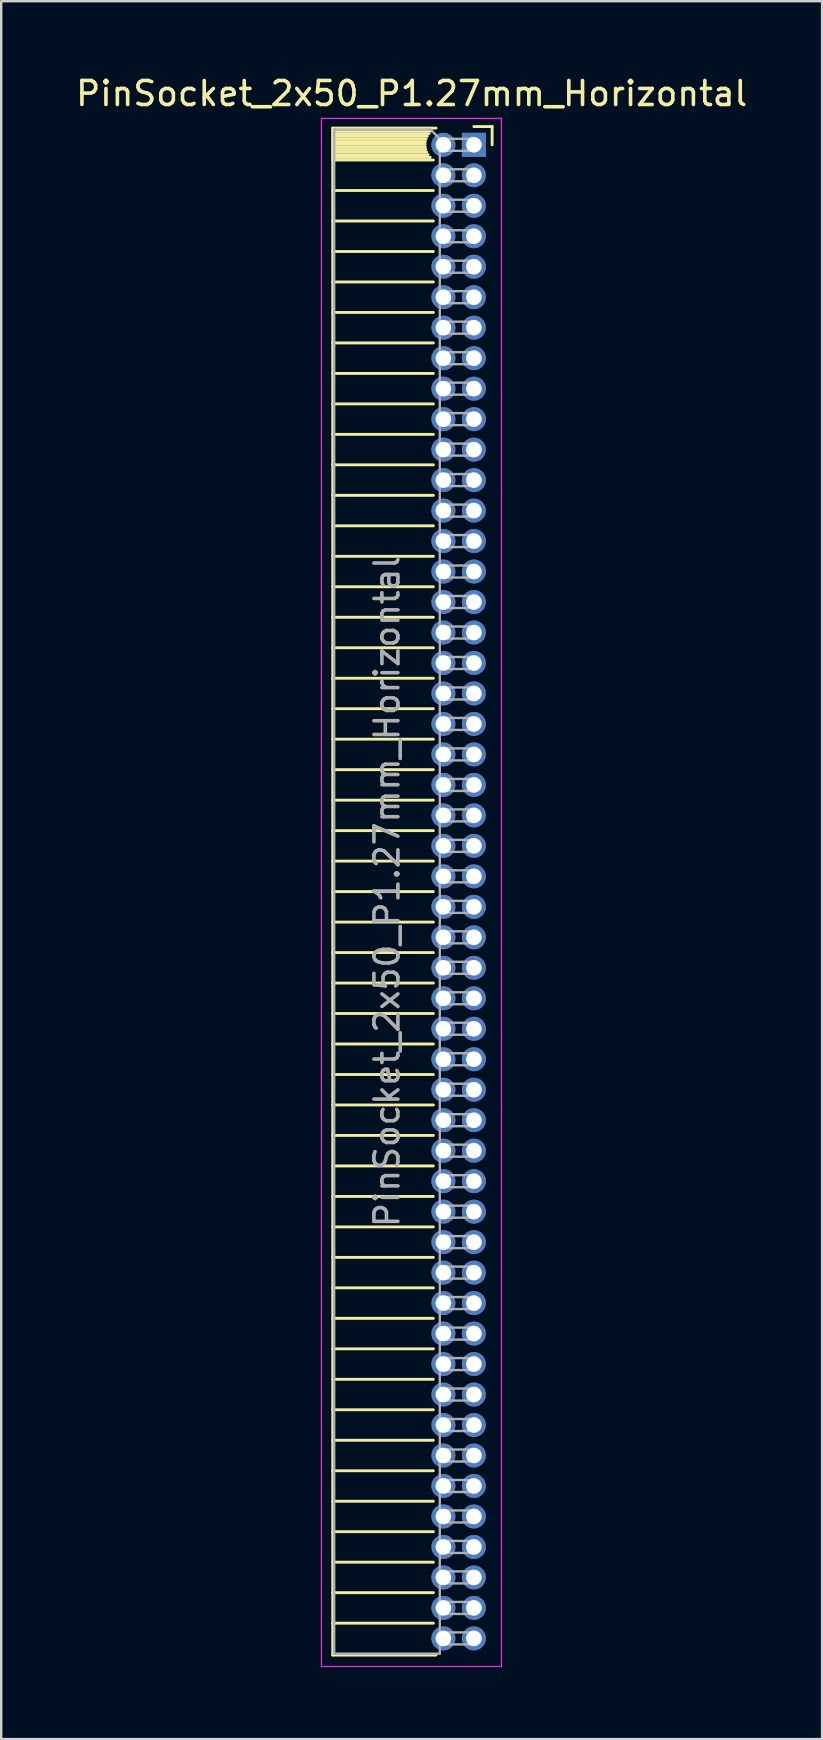
<source format=kicad_pcb>
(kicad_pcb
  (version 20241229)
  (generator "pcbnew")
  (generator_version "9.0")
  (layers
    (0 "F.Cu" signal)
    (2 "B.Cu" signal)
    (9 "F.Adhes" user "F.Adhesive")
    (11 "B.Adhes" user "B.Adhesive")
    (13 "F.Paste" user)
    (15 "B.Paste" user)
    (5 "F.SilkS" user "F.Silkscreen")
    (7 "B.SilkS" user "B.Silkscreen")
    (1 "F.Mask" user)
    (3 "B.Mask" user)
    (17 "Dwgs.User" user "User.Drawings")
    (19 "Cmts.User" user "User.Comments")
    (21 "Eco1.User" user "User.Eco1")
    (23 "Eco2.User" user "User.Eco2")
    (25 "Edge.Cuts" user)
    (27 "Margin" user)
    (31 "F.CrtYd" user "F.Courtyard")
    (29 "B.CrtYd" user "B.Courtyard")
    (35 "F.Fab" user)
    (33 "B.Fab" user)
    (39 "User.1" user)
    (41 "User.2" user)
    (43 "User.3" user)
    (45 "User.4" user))
  (footprint "PinSocket_2x50_P1.27mm_Horizontal"
    (layer "F.Cu")
    (at 16.694 2.983)
    (property "Reference" "PinSocket_2x50_P1.27mm_Horizontal" (at -2.592 -2.135 0) (layer "F.SilkS") (effects (font (size 1 1) (thickness 0.15))))
    (attr through_hole)
    (fp_line (start -5.88 -0.695) (end -5.88 62.925) (stroke (width 0.12) (type solid)) (layer "F.SilkS"))
    (fp_line (start -5.88 -0.695) (end -1.578 -0.695) (stroke (width 0.12) (type solid)) (layer "F.SilkS"))
    (fp_line (start -5.88 -0.575) (end -1.767 -0.575) (stroke (width 0.12) (type solid)) (layer "F.SilkS"))
    (fp_line (start -5.88 -0.465) (end -1.871 -0.465) (stroke (width 0.12) (type solid)) (layer "F.SilkS"))
    (fp_line (start -5.88 -0.355) (end -1.942 -0.355) (stroke (width 0.12) (type solid)) (layer "F.SilkS"))
    (fp_line (start -5.88 -0.245) (end -1.989 -0.245) (stroke (width 0.12) (type solid)) (layer "F.SilkS"))
    (fp_line (start -5.88 -0.135) (end -2.018 -0.135) (stroke (width 0.12) (type solid)) (layer "F.SilkS"))
    (fp_line (start -5.88 -0.025) (end -2.03 -0.025) (stroke (width 0.12) (type solid)) (layer "F.SilkS"))
    (fp_line (start -5.88 0.085) (end -2.025 0.085) (stroke (width 0.12) (type solid)) (layer "F.SilkS"))
    (fp_line (start -5.88 0.195) (end -2.005 0.195) (stroke (width 0.12) (type solid)) (layer "F.SilkS"))
    (fp_line (start -5.88 0.305) (end -1.966 0.305) (stroke (width 0.12) (type solid)) (layer "F.SilkS"))
    (fp_line (start -5.88 0.415) (end -1.907 0.415) (stroke (width 0.12) (type solid)) (layer "F.SilkS"))
    (fp_line (start -5.88 0.525) (end -1.82 0.525) (stroke (width 0.12) (type solid)) (layer "F.SilkS"))
    (fp_line (start -5.88 0.635) (end -1.688 0.635) (stroke (width 0.12) (type solid)) (layer "F.SilkS"))
    (fp_line (start -5.88 1.905) (end -1.688 1.905) (stroke (width 0.12) (type solid)) (layer "F.SilkS"))
    (fp_line (start -5.88 3.175) (end -1.688 3.175) (stroke (width 0.12) (type solid)) (layer "F.SilkS"))
    (fp_line (start -5.88 4.445) (end -1.688 4.445) (stroke (width 0.12) (type solid)) (layer "F.SilkS"))
    (fp_line (start -5.88 5.715) (end -1.688 5.715) (stroke (width 0.12) (type solid)) (layer "F.SilkS"))
    (fp_line (start -5.88 6.985) (end -1.688 6.985) (stroke (width 0.12) (type solid)) (layer "F.SilkS"))
    (fp_line (start -5.88 8.255) (end -1.688 8.255) (stroke (width 0.12) (type solid)) (layer "F.SilkS"))
    (fp_line (start -5.88 9.525) (end -1.688 9.525) (stroke (width 0.12) (type solid)) (layer "F.SilkS"))
    (fp_line (start -5.88 10.795) (end -1.688 10.795) (stroke (width 0.12) (type solid)) (layer "F.SilkS"))
    (fp_line (start -5.88 12.065) (end -1.688 12.065) (stroke (width 0.12) (type solid)) (layer "F.SilkS"))
    (fp_line (start -5.88 13.335) (end -1.688 13.335) (stroke (width 0.12) (type solid)) (layer "F.SilkS"))
    (fp_line (start -5.88 14.605) (end -1.688 14.605) (stroke (width 0.12) (type solid)) (layer "F.SilkS"))
    (fp_line (start -5.88 15.875) (end -1.688 15.875) (stroke (width 0.12) (type solid)) (layer "F.SilkS"))
    (fp_line (start -5.88 17.145) (end -1.688 17.145) (stroke (width 0.12) (type solid)) (layer "F.SilkS"))
    (fp_line (start -5.88 18.415) (end -1.688 18.415) (stroke (width 0.12) (type solid)) (layer "F.SilkS"))
    (fp_line (start -5.88 19.685) (end -1.688 19.685) (stroke (width 0.12) (type solid)) (layer "F.SilkS"))
    (fp_line (start -5.88 20.955) (end -1.688 20.955) (stroke (width 0.12) (type solid)) (layer "F.SilkS"))
    (fp_line (start -5.88 22.225) (end -1.688 22.225) (stroke (width 0.12) (type solid)) (layer "F.SilkS"))
    (fp_line (start -5.88 23.495) (end -1.688 23.495) (stroke (width 0.12) (type solid)) (layer "F.SilkS"))
    (fp_line (start -5.88 24.765) (end -1.688 24.765) (stroke (width 0.12) (type solid)) (layer "F.SilkS"))
    (fp_line (start -5.88 26.035) (end -1.688 26.035) (stroke (width 0.12) (type solid)) (layer "F.SilkS"))
    (fp_line (start -5.88 27.305) (end -1.688 27.305) (stroke (width 0.12) (type solid)) (layer "F.SilkS"))
    (fp_line (start -5.88 28.575) (end -1.688 28.575) (stroke (width 0.12) (type solid)) (layer "F.SilkS"))
    (fp_line (start -5.88 29.845) (end -1.688 29.845) (stroke (width 0.12) (type solid)) (layer "F.SilkS"))
    (fp_line (start -5.88 31.115) (end -1.688 31.115) (stroke (width 0.12) (type solid)) (layer "F.SilkS"))
    (fp_line (start -5.88 32.385) (end -1.688 32.385) (stroke (width 0.12) (type solid)) (layer "F.SilkS"))
    (fp_line (start -5.88 33.655) (end -1.688 33.655) (stroke (width 0.12) (type solid)) (layer "F.SilkS"))
    (fp_line (start -5.88 34.925) (end -1.688 34.925) (stroke (width 0.12) (type solid)) (layer "F.SilkS"))
    (fp_line (start -5.88 36.195) (end -1.688 36.195) (stroke (width 0.12) (type solid)) (layer "F.SilkS"))
    (fp_line (start -5.88 37.465) (end -1.688 37.465) (stroke (width 0.12) (type solid)) (layer "F.SilkS"))
    (fp_line (start -5.88 38.735) (end -1.688 38.735) (stroke (width 0.12) (type solid)) (layer "F.SilkS"))
    (fp_line (start -5.88 40.005) (end -1.688 40.005) (stroke (width 0.12) (type solid)) (layer "F.SilkS"))
    (fp_line (start -5.88 41.275) (end -1.688 41.275) (stroke (width 0.12) (type solid)) (layer "F.SilkS"))
    (fp_line (start -5.88 42.545) (end -1.688 42.545) (stroke (width 0.12) (type solid)) (layer "F.SilkS"))
    (fp_line (start -5.88 43.815) (end -1.688 43.815) (stroke (width 0.12) (type solid)) (layer "F.SilkS"))
    (fp_line (start -5.88 45.085) (end -1.688 45.085) (stroke (width 0.12) (type solid)) (layer "F.SilkS"))
    (fp_line (start -5.88 46.355) (end -1.688 46.355) (stroke (width 0.12) (type solid)) (layer "F.SilkS"))
    (fp_line (start -5.88 47.625) (end -1.688 47.625) (stroke (width 0.12) (type solid)) (layer "F.SilkS"))
    (fp_line (start -5.88 48.895) (end -1.688 48.895) (stroke (width 0.12) (type solid)) (layer "F.SilkS"))
    (fp_line (start -5.88 50.165) (end -1.688 50.165) (stroke (width 0.12) (type solid)) (layer "F.SilkS"))
    (fp_line (start -5.88 51.435) (end -1.688 51.435) (stroke (width 0.12) (type solid)) (layer "F.SilkS"))
    (fp_line (start -5.88 52.705) (end -1.688 52.705) (stroke (width 0.12) (type solid)) (layer "F.SilkS"))
    (fp_line (start -5.88 53.975) (end -1.688 53.975) (stroke (width 0.12) (type solid)) (layer "F.SilkS"))
    (fp_line (start -5.88 55.245) (end -1.688 55.245) (stroke (width 0.12) (type solid)) (layer "F.SilkS"))
    (fp_line (start -5.88 56.515) (end -1.688 56.515) (stroke (width 0.12) (type solid)) (layer "F.SilkS"))
    (fp_line (start -5.88 57.785) (end -1.688 57.785) (stroke (width 0.12) (type solid)) (layer "F.SilkS"))
    (fp_line (start -5.88 59.055) (end -1.688 59.055) (stroke (width 0.12) (type solid)) (layer "F.SilkS"))
    (fp_line (start -5.88 60.325) (end -1.688 60.325) (stroke (width 0.12) (type solid)) (layer "F.SilkS"))
    (fp_line (start -5.88 61.595) (end -1.688 61.595) (stroke (width 0.12) (type solid)) (layer "F.SilkS"))
    (fp_line (start -5.88 62.925) (end -1.578 62.925) (stroke (width 0.12) (type solid)) (layer "F.SilkS"))
    (fp_line (start 0 -0.76) (end 0.76 -0.76) (stroke (width 0.12) (type solid)) (layer "F.SilkS"))
    (fp_line (start 0.76 -0.76) (end 0.76 0) (stroke (width 0.12) (type solid)) (layer "F.SilkS"))
    (fp_line (start -6.35 -1.1) (end -6.35 63.4) (stroke (width 0.05) (type solid)) (layer "F.CrtYd"))
    (fp_line (start -6.35 63.4) (end 1.15 63.4) (stroke (width 0.05) (type solid)) (layer "F.CrtYd"))
    (fp_line (start 1.15 -1.1) (end -6.35 -1.1) (stroke (width 0.05) (type solid)) (layer "F.CrtYd"))
    (fp_line (start 1.15 63.4) (end 1.15 -1.1) (stroke (width 0.05) (type solid)) (layer "F.CrtYd"))
    (fp_line (start -5.82 -0.635) (end -1.805 -0.635) (stroke (width 0.1) (type solid)) (layer "F.Fab"))
    (fp_line (start -5.82 62.865) (end -5.82 -0.635) (stroke (width 0.1) (type solid)) (layer "F.Fab"))
    (fp_line (start -1.805 -0.635) (end -1.42 -0.25) (stroke (width 0.1) (type solid)) (layer "F.Fab"))
    (fp_line (start -1.42 -0.25) (end -1.42 62.865) (stroke (width 0.1) (type solid)) (layer "F.Fab"))
    (fp_line (start -1.42 0.25) (end 0 0.25) (stroke (width 0.1) (type solid)) (layer "F.Fab"))
    (fp_line (start -1.42 1.52) (end 0 1.52) (stroke (width 0.1) (type solid)) (layer "F.Fab"))
    (fp_line (start -1.42 2.79) (end 0 2.79) (stroke (width 0.1) (type solid)) (layer "F.Fab"))
    (fp_line (start -1.42 4.06) (end 0 4.06) (stroke (width 0.1) (type solid)) (layer "F.Fab"))
    (fp_line (start -1.42 5.33) (end 0 5.33) (stroke (width 0.1) (type solid)) (layer "F.Fab"))
    (fp_line (start -1.42 6.6) (end 0 6.6) (stroke (width 0.1) (type solid)) (layer "F.Fab"))
    (fp_line (start -1.42 7.87) (end 0 7.87) (stroke (width 0.1) (type solid)) (layer "F.Fab"))
    (fp_line (start -1.42 9.14) (end 0 9.14) (stroke (width 0.1) (type solid)) (layer "F.Fab"))
    (fp_line (start -1.42 10.41) (end 0 10.41) (stroke (width 0.1) (type solid)) (layer "F.Fab"))
    (fp_line (start -1.42 11.68) (end 0 11.68) (stroke (width 0.1) (type solid)) (layer "F.Fab"))
    (fp_line (start -1.42 12.95) (end 0 12.95) (stroke (width 0.1) (type solid)) (layer "F.Fab"))
    (fp_line (start -1.42 14.22) (end 0 14.22) (stroke (width 0.1) (type solid)) (layer "F.Fab"))
    (fp_line (start -1.42 15.49) (end 0 15.49) (stroke (width 0.1) (type solid)) (layer "F.Fab"))
    (fp_line (start -1.42 16.76) (end 0 16.76) (stroke (width 0.1) (type solid)) (layer "F.Fab"))
    (fp_line (start -1.42 18.03) (end 0 18.03) (stroke (width 0.1) (type solid)) (layer "F.Fab"))
    (fp_line (start -1.42 19.3) (end 0 19.3) (stroke (width 0.1) (type solid)) (layer "F.Fab"))
    (fp_line (start -1.42 20.57) (end 0 20.57) (stroke (width 0.1) (type solid)) (layer "F.Fab"))
    (fp_line (start -1.42 21.84) (end 0 21.84) (stroke (width 0.1) (type solid)) (layer "F.Fab"))
    (fp_line (start -1.42 23.11) (end 0 23.11) (stroke (width 0.1) (type solid)) (layer "F.Fab"))
    (fp_line (start -1.42 24.38) (end 0 24.38) (stroke (width 0.1) (type solid)) (layer "F.Fab"))
    (fp_line (start -1.42 25.65) (end 0 25.65) (stroke (width 0.1) (type solid)) (layer "F.Fab"))
    (fp_line (start -1.42 26.92) (end 0 26.92) (stroke (width 0.1) (type solid)) (layer "F.Fab"))
    (fp_line (start -1.42 28.19) (end 0 28.19) (stroke (width 0.1) (type solid)) (layer "F.Fab"))
    (fp_line (start -1.42 29.46) (end 0 29.46) (stroke (width 0.1) (type solid)) (layer "F.Fab"))
    (fp_line (start -1.42 30.73) (end 0 30.73) (stroke (width 0.1) (type solid)) (layer "F.Fab"))
    (fp_line (start -1.42 32) (end 0 32) (stroke (width 0.1) (type solid)) (layer "F.Fab"))
    (fp_line (start -1.42 33.27) (end 0 33.27) (stroke (width 0.1) (type solid)) (layer "F.Fab"))
    (fp_line (start -1.42 34.54) (end 0 34.54) (stroke (width 0.1) (type solid)) (layer "F.Fab"))
    (fp_line (start -1.42 35.81) (end 0 35.81) (stroke (width 0.1) (type solid)) (layer "F.Fab"))
    (fp_line (start -1.42 37.08) (end 0 37.08) (stroke (width 0.1) (type solid)) (layer "F.Fab"))
    (fp_line (start -1.42 38.35) (end 0 38.35) (stroke (width 0.1) (type solid)) (layer "F.Fab"))
    (fp_line (start -1.42 39.62) (end 0 39.62) (stroke (width 0.1) (type solid)) (layer "F.Fab"))
    (fp_line (start -1.42 40.89) (end 0 40.89) (stroke (width 0.1) (type solid)) (layer "F.Fab"))
    (fp_line (start -1.42 42.16) (end 0 42.16) (stroke (width 0.1) (type solid)) (layer "F.Fab"))
    (fp_line (start -1.42 43.43) (end 0 43.43) (stroke (width 0.1) (type solid)) (layer "F.Fab"))
    (fp_line (start -1.42 44.7) (end 0 44.7) (stroke (width 0.1) (type solid)) (layer "F.Fab"))
    (fp_line (start -1.42 45.97) (end 0 45.97) (stroke (width 0.1) (type solid)) (layer "F.Fab"))
    (fp_line (start -1.42 47.24) (end 0 47.24) (stroke (width 0.1) (type solid)) (layer "F.Fab"))
    (fp_line (start -1.42 48.51) (end 0 48.51) (stroke (width 0.1) (type solid)) (layer "F.Fab"))
    (fp_line (start -1.42 49.78) (end 0 49.78) (stroke (width 0.1) (type solid)) (layer "F.Fab"))
    (fp_line (start -1.42 51.05) (end 0 51.05) (stroke (width 0.1) (type solid)) (layer "F.Fab"))
    (fp_line (start -1.42 52.32) (end 0 52.32) (stroke (width 0.1) (type solid)) (layer "F.Fab"))
    (fp_line (start -1.42 53.59) (end 0 53.59) (stroke (width 0.1) (type solid)) (layer "F.Fab"))
    (fp_line (start -1.42 54.86) (end 0 54.86) (stroke (width 0.1) (type solid)) (layer "F.Fab"))
    (fp_line (start -1.42 56.13) (end 0 56.13) (stroke (width 0.1) (type solid)) (layer "F.Fab"))
    (fp_line (start -1.42 57.4) (end 0 57.4) (stroke (width 0.1) (type solid)) (layer "F.Fab"))
    (fp_line (start -1.42 58.67) (end 0 58.67) (stroke (width 0.1) (type solid)) (layer "F.Fab"))
    (fp_line (start -1.42 59.94) (end 0 59.94) (stroke (width 0.1) (type solid)) (layer "F.Fab"))
    (fp_line (start -1.42 61.21) (end 0 61.21) (stroke (width 0.1) (type solid)) (layer "F.Fab"))
    (fp_line (start -1.42 62.48) (end 0 62.48) (stroke (width 0.1) (type solid)) (layer "F.Fab"))
    (fp_line (start -1.42 62.865) (end -5.82 62.865) (stroke (width 0.1) (type solid)) (layer "F.Fab"))
    (fp_line (start 0 -0.25) (end -1.42 -0.25) (stroke (width 0.1) (type solid)) (layer "F.Fab"))
    (fp_line (start 0 0.25) (end 0 -0.25) (stroke (width 0.1) (type solid)) (layer "F.Fab"))
    (fp_line (start 0 1.02) (end -1.42 1.02) (stroke (width 0.1) (type solid)) (layer "F.Fab"))
    (fp_line (start 0 1.52) (end 0 1.02) (stroke (width 0.1) (type solid)) (layer "F.Fab"))
    (fp_line (start 0 2.29) (end -1.42 2.29) (stroke (width 0.1) (type solid)) (layer "F.Fab"))
    (fp_line (start 0 2.79) (end 0 2.29) (stroke (width 0.1) (type solid)) (layer "F.Fab"))
    (fp_line (start 0 3.56) (end -1.42 3.56) (stroke (width 0.1) (type solid)) (layer "F.Fab"))
    (fp_line (start 0 4.06) (end 0 3.56) (stroke (width 0.1) (type solid)) (layer "F.Fab"))
    (fp_line (start 0 4.83) (end -1.42 4.83) (stroke (width 0.1) (type solid)) (layer "F.Fab"))
    (fp_line (start 0 5.33) (end 0 4.83) (stroke (width 0.1) (type solid)) (layer "F.Fab"))
    (fp_line (start 0 6.1) (end -1.42 6.1) (stroke (width 0.1) (type solid)) (layer "F.Fab"))
    (fp_line (start 0 6.6) (end 0 6.1) (stroke (width 0.1) (type solid)) (layer "F.Fab"))
    (fp_line (start 0 7.37) (end -1.42 7.37) (stroke (width 0.1) (type solid)) (layer "F.Fab"))
    (fp_line (start 0 7.87) (end 0 7.37) (stroke (width 0.1) (type solid)) (layer "F.Fab"))
    (fp_line (start 0 8.64) (end -1.42 8.64) (stroke (width 0.1) (type solid)) (layer "F.Fab"))
    (fp_line (start 0 9.14) (end 0 8.64) (stroke (width 0.1) (type solid)) (layer "F.Fab"))
    (fp_line (start 0 9.91) (end -1.42 9.91) (stroke (width 0.1) (type solid)) (layer "F.Fab"))
    (fp_line (start 0 10.41) (end 0 9.91) (stroke (width 0.1) (type solid)) (layer "F.Fab"))
    (fp_line (start 0 11.18) (end -1.42 11.18) (stroke (width 0.1) (type solid)) (layer "F.Fab"))
    (fp_line (start 0 11.68) (end 0 11.18) (stroke (width 0.1) (type solid)) (layer "F.Fab"))
    (fp_line (start 0 12.45) (end -1.42 12.45) (stroke (width 0.1) (type solid)) (layer "F.Fab"))
    (fp_line (start 0 12.95) (end 0 12.45) (stroke (width 0.1) (type solid)) (layer "F.Fab"))
    (fp_line (start 0 13.72) (end -1.42 13.72) (stroke (width 0.1) (type solid)) (layer "F.Fab"))
    (fp_line (start 0 14.22) (end 0 13.72) (stroke (width 0.1) (type solid)) (layer "F.Fab"))
    (fp_line (start 0 14.99) (end -1.42 14.99) (stroke (width 0.1) (type solid)) (layer "F.Fab"))
    (fp_line (start 0 15.49) (end 0 14.99) (stroke (width 0.1) (type solid)) (layer "F.Fab"))
    (fp_line (start 0 16.26) (end -1.42 16.26) (stroke (width 0.1) (type solid)) (layer "F.Fab"))
    (fp_line (start 0 16.76) (end 0 16.26) (stroke (width 0.1) (type solid)) (layer "F.Fab"))
    (fp_line (start 0 17.53) (end -1.42 17.53) (stroke (width 0.1) (type solid)) (layer "F.Fab"))
    (fp_line (start 0 18.03) (end 0 17.53) (stroke (width 0.1) (type solid)) (layer "F.Fab"))
    (fp_line (start 0 18.8) (end -1.42 18.8) (stroke (width 0.1) (type solid)) (layer "F.Fab"))
    (fp_line (start 0 19.3) (end 0 18.8) (stroke (width 0.1) (type solid)) (layer "F.Fab"))
    (fp_line (start 0 20.07) (end -1.42 20.07) (stroke (width 0.1) (type solid)) (layer "F.Fab"))
    (fp_line (start 0 20.57) (end 0 20.07) (stroke (width 0.1) (type solid)) (layer "F.Fab"))
    (fp_line (start 0 21.34) (end -1.42 21.34) (stroke (width 0.1) (type solid)) (layer "F.Fab"))
    (fp_line (start 0 21.84) (end 0 21.34) (stroke (width 0.1) (type solid)) (layer "F.Fab"))
    (fp_line (start 0 22.61) (end -1.42 22.61) (stroke (width 0.1) (type solid)) (layer "F.Fab"))
    (fp_line (start 0 23.11) (end 0 22.61) (stroke (width 0.1) (type solid)) (layer "F.Fab"))
    (fp_line (start 0 23.88) (end -1.42 23.88) (stroke (width 0.1) (type solid)) (layer "F.Fab"))
    (fp_line (start 0 24.38) (end 0 23.88) (stroke (width 0.1) (type solid)) (layer "F.Fab"))
    (fp_line (start 0 25.15) (end -1.42 25.15) (stroke (width 0.1) (type solid)) (layer "F.Fab"))
    (fp_line (start 0 25.65) (end 0 25.15) (stroke (width 0.1) (type solid)) (layer "F.Fab"))
    (fp_line (start 0 26.42) (end -1.42 26.42) (stroke (width 0.1) (type solid)) (layer "F.Fab"))
    (fp_line (start 0 26.92) (end 0 26.42) (stroke (width 0.1) (type solid)) (layer "F.Fab"))
    (fp_line (start 0 27.69) (end -1.42 27.69) (stroke (width 0.1) (type solid)) (layer "F.Fab"))
    (fp_line (start 0 28.19) (end 0 27.69) (stroke (width 0.1) (type solid)) (layer "F.Fab"))
    (fp_line (start 0 28.96) (end -1.42 28.96) (stroke (width 0.1) (type solid)) (layer "F.Fab"))
    (fp_line (start 0 29.46) (end 0 28.96) (stroke (width 0.1) (type solid)) (layer "F.Fab"))
    (fp_line (start 0 30.23) (end -1.42 30.23) (stroke (width 0.1) (type solid)) (layer "F.Fab"))
    (fp_line (start 0 30.73) (end 0 30.23) (stroke (width 0.1) (type solid)) (layer "F.Fab"))
    (fp_line (start 0 31.5) (end -1.42 31.5) (stroke (width 0.1) (type solid)) (layer "F.Fab"))
    (fp_line (start 0 32) (end 0 31.5) (stroke (width 0.1) (type solid)) (layer "F.Fab"))
    (fp_line (start 0 32.77) (end -1.42 32.77) (stroke (width 0.1) (type solid)) (layer "F.Fab"))
    (fp_line (start 0 33.27) (end 0 32.77) (stroke (width 0.1) (type solid)) (layer "F.Fab"))
    (fp_line (start 0 34.04) (end -1.42 34.04) (stroke (width 0.1) (type solid)) (layer "F.Fab"))
    (fp_line (start 0 34.54) (end 0 34.04) (stroke (width 0.1) (type solid)) (layer "F.Fab"))
    (fp_line (start 0 35.31) (end -1.42 35.31) (stroke (width 0.1) (type solid)) (layer "F.Fab"))
    (fp_line (start 0 35.81) (end 0 35.31) (stroke (width 0.1) (type solid)) (layer "F.Fab"))
    (fp_line (start 0 36.58) (end -1.42 36.58) (stroke (width 0.1) (type solid)) (layer "F.Fab"))
    (fp_line (start 0 37.08) (end 0 36.58) (stroke (width 0.1) (type solid)) (layer "F.Fab"))
    (fp_line (start 0 37.85) (end -1.42 37.85) (stroke (width 0.1) (type solid)) (layer "F.Fab"))
    (fp_line (start 0 38.35) (end 0 37.85) (stroke (width 0.1) (type solid)) (layer "F.Fab"))
    (fp_line (start 0 39.12) (end -1.42 39.12) (stroke (width 0.1) (type solid)) (layer "F.Fab"))
    (fp_line (start 0 39.62) (end 0 39.12) (stroke (width 0.1) (type solid)) (layer "F.Fab"))
    (fp_line (start 0 40.39) (end -1.42 40.39) (stroke (width 0.1) (type solid)) (layer "F.Fab"))
    (fp_line (start 0 40.89) (end 0 40.39) (stroke (width 0.1) (type solid)) (layer "F.Fab"))
    (fp_line (start 0 41.66) (end -1.42 41.66) (stroke (width 0.1) (type solid)) (layer "F.Fab"))
    (fp_line (start 0 42.16) (end 0 41.66) (stroke (width 0.1) (type solid)) (layer "F.Fab"))
    (fp_line (start 0 42.93) (end -1.42 42.93) (stroke (width 0.1) (type solid)) (layer "F.Fab"))
    (fp_line (start 0 43.43) (end 0 42.93) (stroke (width 0.1) (type solid)) (layer "F.Fab"))
    (fp_line (start 0 44.2) (end -1.42 44.2) (stroke (width 0.1) (type solid)) (layer "F.Fab"))
    (fp_line (start 0 44.7) (end 0 44.2) (stroke (width 0.1) (type solid)) (layer "F.Fab"))
    (fp_line (start 0 45.47) (end -1.42 45.47) (stroke (width 0.1) (type solid)) (layer "F.Fab"))
    (fp_line (start 0 45.97) (end 0 45.47) (stroke (width 0.1) (type solid)) (layer "F.Fab"))
    (fp_line (start 0 46.74) (end -1.42 46.74) (stroke (width 0.1) (type solid)) (layer "F.Fab"))
    (fp_line (start 0 47.24) (end 0 46.74) (stroke (width 0.1) (type solid)) (layer "F.Fab"))
    (fp_line (start 0 48.01) (end -1.42 48.01) (stroke (width 0.1) (type solid)) (layer "F.Fab"))
    (fp_line (start 0 48.51) (end 0 48.01) (stroke (width 0.1) (type solid)) (layer "F.Fab"))
    (fp_line (start 0 49.28) (end -1.42 49.28) (stroke (width 0.1) (type solid)) (layer "F.Fab"))
    (fp_line (start 0 49.78) (end 0 49.28) (stroke (width 0.1) (type solid)) (layer "F.Fab"))
    (fp_line (start 0 50.55) (end -1.42 50.55) (stroke (width 0.1) (type solid)) (layer "F.Fab"))
    (fp_line (start 0 51.05) (end 0 50.55) (stroke (width 0.1) (type solid)) (layer "F.Fab"))
    (fp_line (start 0 51.82) (end -1.42 51.82) (stroke (width 0.1) (type solid)) (layer "F.Fab"))
    (fp_line (start 0 52.32) (end 0 51.82) (stroke (width 0.1) (type solid)) (layer "F.Fab"))
    (fp_line (start 0 53.09) (end -1.42 53.09) (stroke (width 0.1) (type solid)) (layer "F.Fab"))
    (fp_line (start 0 53.59) (end 0 53.09) (stroke (width 0.1) (type solid)) (layer "F.Fab"))
    (fp_line (start 0 54.36) (end -1.42 54.36) (stroke (width 0.1) (type solid)) (layer "F.Fab"))
    (fp_line (start 0 54.86) (end 0 54.36) (stroke (width 0.1) (type solid)) (layer "F.Fab"))
    (fp_line (start 0 55.63) (end -1.42 55.63) (stroke (width 0.1) (type solid)) (layer "F.Fab"))
    (fp_line (start 0 56.13) (end 0 55.63) (stroke (width 0.1) (type solid)) (layer "F.Fab"))
    (fp_line (start 0 56.9) (end -1.42 56.9) (stroke (width 0.1) (type solid)) (layer "F.Fab"))
    (fp_line (start 0 57.4) (end 0 56.9) (stroke (width 0.1) (type solid)) (layer "F.Fab"))
    (fp_line (start 0 58.17) (end -1.42 58.17) (stroke (width 0.1) (type solid)) (layer "F.Fab"))
    (fp_line (start 0 58.67) (end 0 58.17) (stroke (width 0.1) (type solid)) (layer "F.Fab"))
    (fp_line (start 0 59.44) (end -1.42 59.44) (stroke (width 0.1) (type solid)) (layer "F.Fab"))
    (fp_line (start 0 59.94) (end 0 59.44) (stroke (width 0.1) (type solid)) (layer "F.Fab"))
    (fp_line (start 0 60.71) (end -1.42 60.71) (stroke (width 0.1) (type solid)) (layer "F.Fab"))
    (fp_line (start 0 61.21) (end 0 60.71) (stroke (width 0.1) (type solid)) (layer "F.Fab"))
    (fp_line (start 0 61.98) (end -1.42 61.98) (stroke (width 0.1) (type solid)) (layer "F.Fab"))
    (fp_line (start 0 62.48) (end 0 61.98) (stroke (width 0.1) (type solid)) (layer "F.Fab"))
    (fp_text user "${REFERENCE}" (at -3.62 31.115 90) (layer "F.Fab") (effects (font (size 1 1) (thickness 0.15))))
    (pad "1" thru_hole rect (at 0 0) (size 1 1) (drill 0.65) (layers "*.Cu" "*.Mask"))
    (pad "2" thru_hole oval (at -1.27 0) (size 1 1) (drill 0.65) (layers "*.Cu" "*.Mask"))
    (pad "3" thru_hole oval (at 0 1.27) (size 1 1) (drill 0.65) (layers "*.Cu" "*.Mask"))
    (pad "4" thru_hole oval (at -1.27 1.27) (size 1 1) (drill 0.65) (layers "*.Cu" "*.Mask"))
    (pad "5" thru_hole oval (at 0 2.54) (size 1 1) (drill 0.65) (layers "*.Cu" "*.Mask"))
    (pad "6" thru_hole oval (at -1.27 2.54) (size 1 1) (drill 0.65) (layers "*.Cu" "*.Mask"))
    (pad "7" thru_hole oval (at 0 3.81) (size 1 1) (drill 0.65) (layers "*.Cu" "*.Mask"))
    (pad "8" thru_hole oval (at -1.27 3.81) (size 1 1) (drill 0.65) (layers "*.Cu" "*.Mask"))
    (pad "9" thru_hole oval (at 0 5.08) (size 1 1) (drill 0.65) (layers "*.Cu" "*.Mask"))
    (pad "10" thru_hole oval (at -1.27 5.08) (size 1 1) (drill 0.65) (layers "*.Cu" "*.Mask"))
    (pad "11" thru_hole oval (at 0 6.35) (size 1 1) (drill 0.65) (layers "*.Cu" "*.Mask"))
    (pad "12" thru_hole oval (at -1.27 6.35) (size 1 1) (drill 0.65) (layers "*.Cu" "*.Mask"))
    (pad "13" thru_hole oval (at 0 7.62) (size 1 1) (drill 0.65) (layers "*.Cu" "*.Mask"))
    (pad "14" thru_hole oval (at -1.27 7.62) (size 1 1) (drill 0.65) (layers "*.Cu" "*.Mask"))
    (pad "15" thru_hole oval (at 0 8.89) (size 1 1) (drill 0.65) (layers "*.Cu" "*.Mask"))
    (pad "16" thru_hole oval (at -1.27 8.89) (size 1 1) (drill 0.65) (layers "*.Cu" "*.Mask"))
    (pad "17" thru_hole oval (at 0 10.16) (size 1 1) (drill 0.65) (layers "*.Cu" "*.Mask"))
    (pad "18" thru_hole oval (at -1.27 10.16) (size 1 1) (drill 0.65) (layers "*.Cu" "*.Mask"))
    (pad "19" thru_hole oval (at 0 11.43) (size 1 1) (drill 0.65) (layers "*.Cu" "*.Mask"))
    (pad "20" thru_hole oval (at -1.27 11.43) (size 1 1) (drill 0.65) (layers "*.Cu" "*.Mask"))
    (pad "21" thru_hole oval (at 0 12.7) (size 1 1) (drill 0.65) (layers "*.Cu" "*.Mask"))
    (pad "22" thru_hole oval (at -1.27 12.7) (size 1 1) (drill 0.65) (layers "*.Cu" "*.Mask"))
    (pad "23" thru_hole oval (at 0 13.97) (size 1 1) (drill 0.65) (layers "*.Cu" "*.Mask"))
    (pad "24" thru_hole oval (at -1.27 13.97) (size 1 1) (drill 0.65) (layers "*.Cu" "*.Mask"))
    (pad "25" thru_hole oval (at 0 15.24) (size 1 1) (drill 0.65) (layers "*.Cu" "*.Mask"))
    (pad "26" thru_hole oval (at -1.27 15.24) (size 1 1) (drill 0.65) (layers "*.Cu" "*.Mask"))
    (pad "27" thru_hole oval (at 0 16.51) (size 1 1) (drill 0.65) (layers "*.Cu" "*.Mask"))
    (pad "28" thru_hole oval (at -1.27 16.51) (size 1 1) (drill 0.65) (layers "*.Cu" "*.Mask"))
    (pad "29" thru_hole oval (at 0 17.78) (size 1 1) (drill 0.65) (layers "*.Cu" "*.Mask"))
    (pad "30" thru_hole oval (at -1.27 17.78) (size 1 1) (drill 0.65) (layers "*.Cu" "*.Mask"))
    (pad "31" thru_hole oval (at 0 19.05) (size 1 1) (drill 0.65) (layers "*.Cu" "*.Mask"))
    (pad "32" thru_hole oval (at -1.27 19.05) (size 1 1) (drill 0.65) (layers "*.Cu" "*.Mask"))
    (pad "33" thru_hole oval (at 0 20.32) (size 1 1) (drill 0.65) (layers "*.Cu" "*.Mask"))
    (pad "34" thru_hole oval (at -1.27 20.32) (size 1 1) (drill 0.65) (layers "*.Cu" "*.Mask"))
    (pad "35" thru_hole oval (at 0 21.59) (size 1 1) (drill 0.65) (layers "*.Cu" "*.Mask"))
    (pad "36" thru_hole oval (at -1.27 21.59) (size 1 1) (drill 0.65) (layers "*.Cu" "*.Mask"))
    (pad "37" thru_hole oval (at 0 22.86) (size 1 1) (drill 0.65) (layers "*.Cu" "*.Mask"))
    (pad "38" thru_hole oval (at -1.27 22.86) (size 1 1) (drill 0.65) (layers "*.Cu" "*.Mask"))
    (pad "39" thru_hole oval (at 0 24.13) (size 1 1) (drill 0.65) (layers "*.Cu" "*.Mask"))
    (pad "40" thru_hole oval (at -1.27 24.13) (size 1 1) (drill 0.65) (layers "*.Cu" "*.Mask"))
    (pad "41" thru_hole oval (at 0 25.4) (size 1 1) (drill 0.65) (layers "*.Cu" "*.Mask"))
    (pad "42" thru_hole oval (at -1.27 25.4) (size 1 1) (drill 0.65) (layers "*.Cu" "*.Mask"))
    (pad "43" thru_hole oval (at 0 26.67) (size 1 1) (drill 0.65) (layers "*.Cu" "*.Mask"))
    (pad "44" thru_hole oval (at -1.27 26.67) (size 1 1) (drill 0.65) (layers "*.Cu" "*.Mask"))
    (pad "45" thru_hole oval (at 0 27.94) (size 1 1) (drill 0.65) (layers "*.Cu" "*.Mask"))
    (pad "46" thru_hole oval (at -1.27 27.94) (size 1 1) (drill 0.65) (layers "*.Cu" "*.Mask"))
    (pad "47" thru_hole oval (at 0 29.21) (size 1 1) (drill 0.65) (layers "*.Cu" "*.Mask"))
    (pad "48" thru_hole oval (at -1.27 29.21) (size 1 1) (drill 0.65) (layers "*.Cu" "*.Mask"))
    (pad "49" thru_hole oval (at 0 30.48) (size 1 1) (drill 0.65) (layers "*.Cu" "*.Mask"))
    (pad "50" thru_hole oval (at -1.27 30.48) (size 1 1) (drill 0.65) (layers "*.Cu" "*.Mask"))
    (pad "51" thru_hole oval (at 0 31.75) (size 1 1) (drill 0.65) (layers "*.Cu" "*.Mask"))
    (pad "52" thru_hole oval (at -1.27 31.75) (size 1 1) (drill 0.65) (layers "*.Cu" "*.Mask"))
    (pad "53" thru_hole oval (at 0 33.02) (size 1 1) (drill 0.65) (layers "*.Cu" "*.Mask"))
    (pad "54" thru_hole oval (at -1.27 33.02) (size 1 1) (drill 0.65) (layers "*.Cu" "*.Mask"))
    (pad "55" thru_hole oval (at 0 34.29) (size 1 1) (drill 0.65) (layers "*.Cu" "*.Mask"))
    (pad "56" thru_hole oval (at -1.27 34.29) (size 1 1) (drill 0.65) (layers "*.Cu" "*.Mask"))
    (pad "57" thru_hole oval (at 0 35.56) (size 1 1) (drill 0.65) (layers "*.Cu" "*.Mask"))
    (pad "58" thru_hole oval (at -1.27 35.56) (size 1 1) (drill 0.65) (layers "*.Cu" "*.Mask"))
    (pad "59" thru_hole oval (at 0 36.83) (size 1 1) (drill 0.65) (layers "*.Cu" "*.Mask"))
    (pad "60" thru_hole oval (at -1.27 36.83) (size 1 1) (drill 0.65) (layers "*.Cu" "*.Mask"))
    (pad "61" thru_hole oval (at 0 38.1) (size 1 1) (drill 0.65) (layers "*.Cu" "*.Mask"))
    (pad "62" thru_hole oval (at -1.27 38.1) (size 1 1) (drill 0.65) (layers "*.Cu" "*.Mask"))
    (pad "63" thru_hole oval (at 0 39.37) (size 1 1) (drill 0.65) (layers "*.Cu" "*.Mask"))
    (pad "64" thru_hole oval (at -1.27 39.37) (size 1 1) (drill 0.65) (layers "*.Cu" "*.Mask"))
    (pad "65" thru_hole oval (at 0 40.64) (size 1 1) (drill 0.65) (layers "*.Cu" "*.Mask"))
    (pad "66" thru_hole oval (at -1.27 40.64) (size 1 1) (drill 0.65) (layers "*.Cu" "*.Mask"))
    (pad "67" thru_hole oval (at 0 41.91) (size 1 1) (drill 0.65) (layers "*.Cu" "*.Mask"))
    (pad "68" thru_hole oval (at -1.27 41.91) (size 1 1) (drill 0.65) (layers "*.Cu" "*.Mask"))
    (pad "69" thru_hole oval (at 0 43.18) (size 1 1) (drill 0.65) (layers "*.Cu" "*.Mask"))
    (pad "70" thru_hole oval (at -1.27 43.18) (size 1 1) (drill 0.65) (layers "*.Cu" "*.Mask"))
    (pad "71" thru_hole oval (at 0 44.45) (size 1 1) (drill 0.65) (layers "*.Cu" "*.Mask"))
    (pad "72" thru_hole oval (at -1.27 44.45) (size 1 1) (drill 0.65) (layers "*.Cu" "*.Mask"))
    (pad "73" thru_hole oval (at 0 45.72) (size 1 1) (drill 0.65) (layers "*.Cu" "*.Mask"))
    (pad "74" thru_hole oval (at -1.27 45.72) (size 1 1) (drill 0.65) (layers "*.Cu" "*.Mask"))
    (pad "75" thru_hole oval (at 0 46.99) (size 1 1) (drill 0.65) (layers "*.Cu" "*.Mask"))
    (pad "76" thru_hole oval (at -1.27 46.99) (size 1 1) (drill 0.65) (layers "*.Cu" "*.Mask"))
    (pad "77" thru_hole oval (at 0 48.26) (size 1 1) (drill 0.65) (layers "*.Cu" "*.Mask"))
    (pad "78" thru_hole oval (at -1.27 48.26) (size 1 1) (drill 0.65) (layers "*.Cu" "*.Mask"))
    (pad "79" thru_hole oval (at 0 49.53) (size 1 1) (drill 0.65) (layers "*.Cu" "*.Mask"))
    (pad "80" thru_hole oval (at -1.27 49.53) (size 1 1) (drill 0.65) (layers "*.Cu" "*.Mask"))
    (pad "81" thru_hole oval (at 0 50.8) (size 1 1) (drill 0.65) (layers "*.Cu" "*.Mask"))
    (pad "82" thru_hole oval (at -1.27 50.8) (size 1 1) (drill 0.65) (layers "*.Cu" "*.Mask"))
    (pad "83" thru_hole oval (at 0 52.07) (size 1 1) (drill 0.65) (layers "*.Cu" "*.Mask"))
    (pad "84" thru_hole oval (at -1.27 52.07) (size 1 1) (drill 0.65) (layers "*.Cu" "*.Mask"))
    (pad "85" thru_hole oval (at 0 53.34) (size 1 1) (drill 0.65) (layers "*.Cu" "*.Mask"))
    (pad "86" thru_hole oval (at -1.27 53.34) (size 1 1) (drill 0.65) (layers "*.Cu" "*.Mask"))
    (pad "87" thru_hole oval (at 0 54.61) (size 1 1) (drill 0.65) (layers "*.Cu" "*.Mask"))
    (pad "88" thru_hole oval (at -1.27 54.61) (size 1 1) (drill 0.65) (layers "*.Cu" "*.Mask"))
    (pad "89" thru_hole oval (at 0 55.88) (size 1 1) (drill 0.65) (layers "*.Cu" "*.Mask"))
    (pad "90" thru_hole oval (at -1.27 55.88) (size 1 1) (drill 0.65) (layers "*.Cu" "*.Mask"))
    (pad "91" thru_hole oval (at 0 57.15) (size 1 1) (drill 0.65) (layers "*.Cu" "*.Mask"))
    (pad "92" thru_hole oval (at -1.27 57.15) (size 1 1) (drill 0.65) (layers "*.Cu" "*.Mask"))
    (pad "93" thru_hole oval (at 0 58.42) (size 1 1) (drill 0.65) (layers "*.Cu" "*.Mask"))
    (pad "94" thru_hole oval (at -1.27 58.42) (size 1 1) (drill 0.65) (layers "*.Cu" "*.Mask"))
    (pad "95" thru_hole oval (at 0 59.69) (size 1 1) (drill 0.65) (layers "*.Cu" "*.Mask"))
    (pad "96" thru_hole oval (at -1.27 59.69) (size 1 1) (drill 0.65) (layers "*.Cu" "*.Mask"))
    (pad "97" thru_hole oval (at 0 60.96) (size 1 1) (drill 0.65) (layers "*.Cu" "*.Mask"))
    (pad "98" thru_hole oval (at -1.27 60.96) (size 1 1) (drill 0.65) (layers "*.Cu" "*.Mask"))
    (pad "99" thru_hole oval (at 0 62.23) (size 1 1) (drill 0.65) (layers "*.Cu" "*.Mask"))
    (pad "100" thru_hole oval (at -1.27 62.23) (size 1 1) (drill 0.65) (layers "*.Cu" "*.Mask")))
  (gr_rect
    (start -3 -3)
    (end 31.202 69.408)
    (stroke (width 0.1) (type default))
    (fill no)
    (layer "Edge.Cuts")))
</source>
